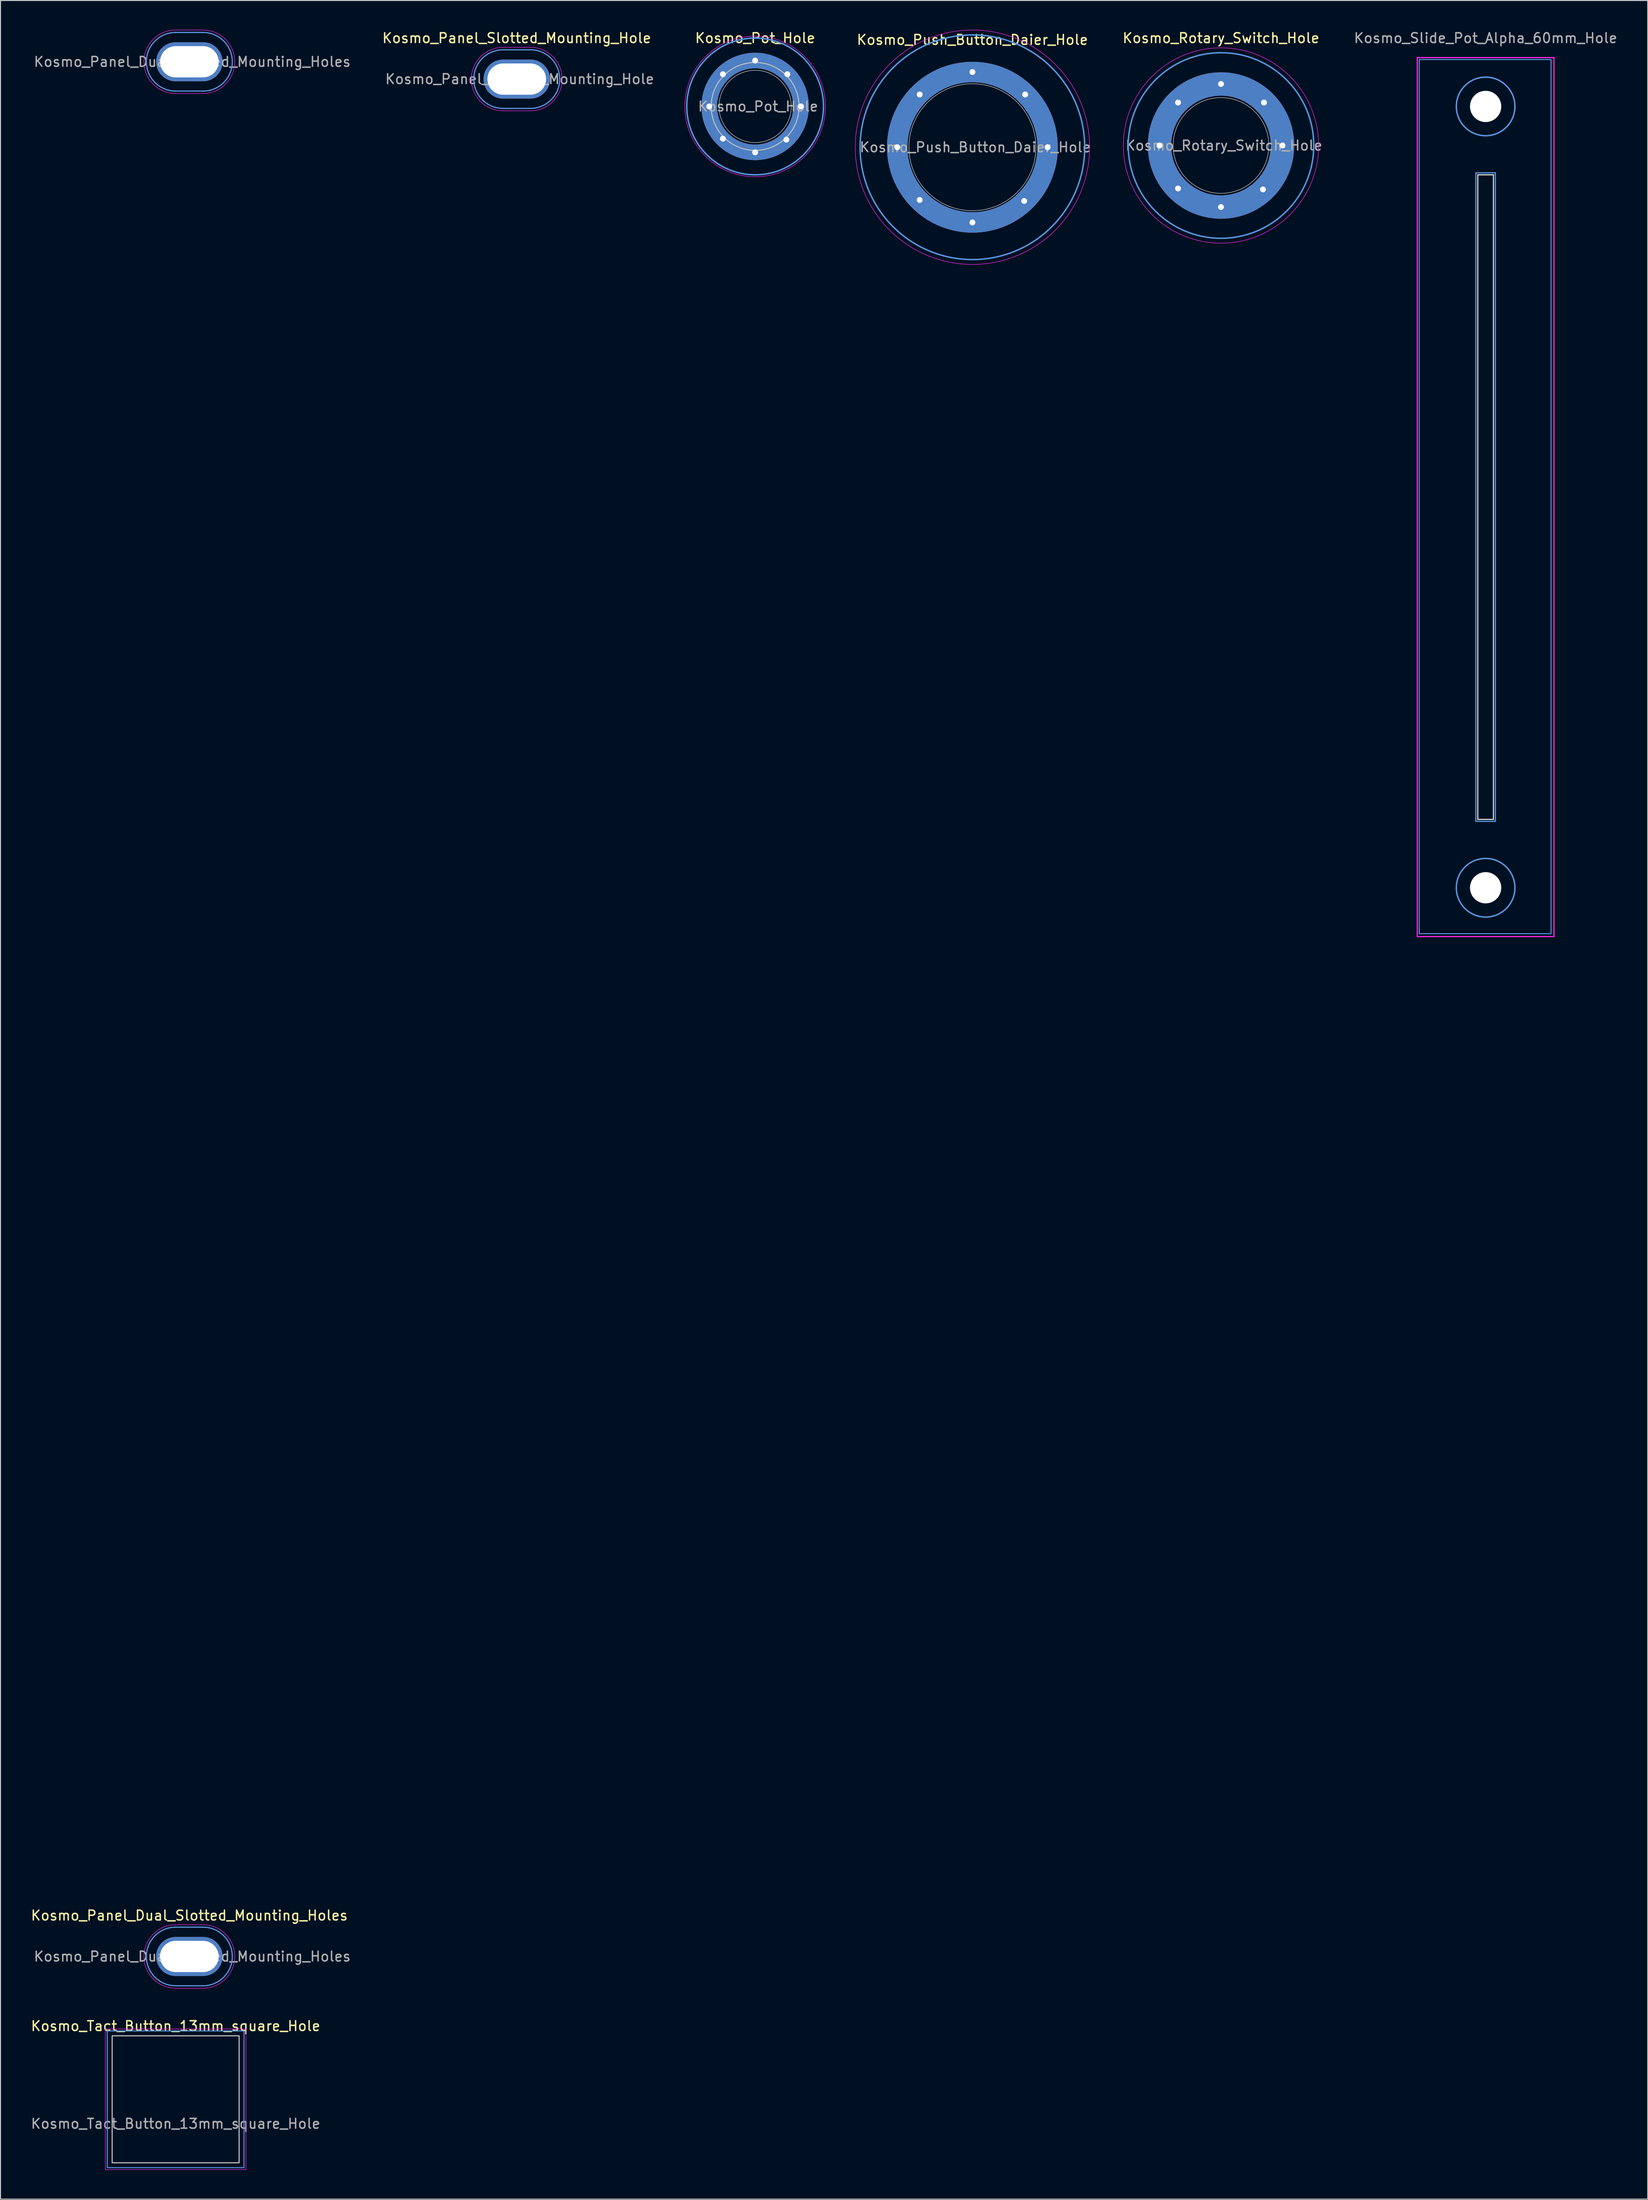
<source format=kicad_pcb>
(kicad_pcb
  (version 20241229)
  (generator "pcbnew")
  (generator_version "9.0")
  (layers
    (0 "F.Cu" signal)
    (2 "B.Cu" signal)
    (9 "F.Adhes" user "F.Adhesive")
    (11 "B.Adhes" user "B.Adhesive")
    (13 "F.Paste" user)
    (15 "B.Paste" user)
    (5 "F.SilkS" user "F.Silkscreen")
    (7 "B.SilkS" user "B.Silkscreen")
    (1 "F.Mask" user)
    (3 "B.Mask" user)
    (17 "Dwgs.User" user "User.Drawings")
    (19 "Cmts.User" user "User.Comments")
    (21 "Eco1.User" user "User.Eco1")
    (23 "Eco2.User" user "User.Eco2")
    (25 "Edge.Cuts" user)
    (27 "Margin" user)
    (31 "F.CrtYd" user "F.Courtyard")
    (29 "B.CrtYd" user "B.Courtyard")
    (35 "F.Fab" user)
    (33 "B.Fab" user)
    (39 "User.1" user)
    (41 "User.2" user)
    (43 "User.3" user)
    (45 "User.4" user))
  (footprint "Kosmo_Pot_Hole"
    (layer "F.Cu")
    (at 74.277 7.848)
    (property "Reference" "Kosmo_Pot_Hole" (at 0 -7 0) (layer "F.SilkS") (effects (font (size 1 1) (thickness 0.15))))
    (attr exclude_from_pos_files exclude_from_bom)
    (fp_circle (center 0 0) (end 0.1 4.5) (stroke (width 0.1) (type solid)) (fill no) (layer "Dwgs.User"))
    (fp_circle (center 0 0) (end 7 0) (stroke (width 0.15) (type solid)) (fill no) (layer "Cmts.User"))
    (fp_circle (center 0 0) (end 3.7 0) (stroke (width 0.05) (type solid)) (fill no) (layer "Edge.Cuts"))
    (fp_circle (center 0 0) (end 7.2 0) (stroke (width 0.05) (type solid)) (fill no) (layer "F.CrtYd"))
    (fp_text user "${REFERENCE}" (at 0.3 0 0) (layer "F.Fab") (effects (font (size 1 1) (thickness 0.15))))
    (pad "1" smd custom (at -4.7 0) (size 0.5 0.5) (layers "F.Cu" "F.Mask" "F.Paste") (options (anchor circle)) (primitives (gr_circle (center 4.7 0) (end 9.4 0) (width 1.6) (fill no))))
    (pad "1" smd custom (at -4.7 0) (size 0.5 0.5) (layers "B.Cu" "B.Mask" "B.Paste") (options (anchor circle)) (primitives (gr_circle (center 4.7 0) (end 9.4 0) (width 1.6) (fill no))))
    (pad "1" thru_hole circle (at -4.7 0) (size 0.8 0.8) (drill 0.6) (layers "*.Cu" "*.Mask"))
    (pad "1" thru_hole circle (at -3.3 -3.3) (size 0.8 0.8) (drill 0.6) (layers "*.Cu" "*.Mask"))
    (pad "1" thru_hole circle (at -3.3 3.3) (size 0.8 0.8) (drill 0.6) (layers "*.Cu" "*.Mask"))
    (pad "1" thru_hole circle (at 0 -4.7) (size 0.8 0.8) (drill 0.6) (layers "*.Cu" "*.Mask"))
    (pad "1" thru_hole circle (at 0 4.7) (size 0.8 0.8) (drill 0.6) (layers "*.Cu" "*.Mask"))
    (pad "1" thru_hole circle (at 3.2 3.4) (size 0.8 0.8) (drill 0.6) (layers "*.Cu" "*.Mask"))
    (pad "1" thru_hole circle (at 3.3 -3.3) (size 0.8 0.8) (drill 0.6) (layers "*.Cu" "*.Mask"))
    (pad "1" thru_hole circle (at 4.7 0) (size 0.8 0.8) (drill 0.6) (layers "*.Cu" "*.Mask")))
  (footprint "Kosmo_Tact_Button_13mm_square_Hole"
    (layer "F.Cu")
    (at 14.935 211.898)
    (property "Reference" "Kosmo_Tact_Button_13mm_square_Hole" (at 0 -7.5 0) (unlocked yes) (layer "F.SilkS") (effects (font (size 1 1) (thickness 0.15))))
    (attr through_hole)
    (fp_rect (start -7 -7) (end 7 7) (stroke (width 0.1) (type solid)) (fill no) (layer "Cmts.User"))
    (fp_rect (start -6.5 -6.5) (end 6.5 6.5) (stroke (width 0.1) (type solid)) (fill no) (layer "Edge.Cuts"))
    (fp_rect (start -7.2 -7.2) (end 7.2 7.2) (stroke (width 0.05) (type solid)) (fill no) (layer "F.CrtYd"))
    (fp_text user "${REFERENCE}" (at 0 2.5 0) (unlocked yes) (layer "F.Fab") (effects (font (size 1 1) (thickness 0.15)))))
  (footprint "Kosmo_Rotary_Switch_Hole"
    (layer "F.Cu")
    (at 121.982 11.848)
    (property "Reference" "Kosmo_Rotary_Switch_Hole" (at 0 -11 0) (layer "F.SilkS") (effects (font (size 1 1) (thickness 0.15))))
    (attr exclude_from_pos_files exclude_from_bom)
    (fp_circle (center 0 0) (end 9.5 0) (stroke (width 0.15) (type solid)) (fill no) (layer "Cmts.User"))
    (fp_circle (center 0 0) (end 4.9 0) (stroke (width 0.05) (type solid)) (fill no) (layer "Edge.Cuts"))
    (fp_circle (center 0 0) (end 10 0) (stroke (width 0.05) (type solid)) (fill no) (layer "F.CrtYd"))
    (fp_text user "${REFERENCE}" (at 0.3 0 0) (layer "F.Fab") (effects (font (size 1 1) (thickness 0.15))))
    (pad "1" smd custom (at -6.3 0) (size 0.5 0.5) (layers "F.Cu" "F.Mask" "F.Paste") (options (anchor circle)) (primitives (gr_circle (center 6.3 0) (end 12.6 0) (width 2.4) (fill no))))
    (pad "1" smd custom (at -6.3 0) (size 0.5 0.5) (layers "B.Cu" "B.Mask" "B.Paste") (options (anchor circle)) (primitives (gr_circle (center 6.3 0) (end 12.6 0) (width 2.4) (fill no))))
    (pad "1" thru_hole circle (at -6.3 0) (size 0.8 0.8) (drill 0.6) (layers "*.Cu" "*.Mask"))
    (pad "1" thru_hole circle (at -4.4 -4.4) (size 0.8 0.8) (drill 0.6) (layers "*.Cu" "*.Mask"))
    (pad "1" thru_hole circle (at -4.4 4.4) (size 0.8 0.8) (drill 0.6) (layers "*.Cu" "*.Mask"))
    (pad "1" thru_hole circle (at 0 -6.3) (size 0.8 0.8) (drill 0.6) (layers "*.Cu" "*.Mask"))
    (pad "1" thru_hole circle (at 0 6.3) (size 0.8 0.8) (drill 0.6) (layers "*.Cu" "*.Mask"))
    (pad "1" thru_hole circle (at 4.3 4.5) (size 0.8 0.8) (drill 0.6) (layers "*.Cu" "*.Mask"))
    (pad "1" thru_hole circle (at 4.4 -4.4) (size 0.8 0.8) (drill 0.6) (layers "*.Cu" "*.Mask"))
    (pad "1" thru_hole circle (at 6.3 0) (size 0.8 0.8) (drill 0.6) (layers "*.Cu" "*.Mask")))
  (footprint "Kosmo_Panel_Dual_Slotted_Mounting_Holes"
    (layer "F.Cu")
    (at 14.939 197.275)
    (property "Reference" "Kosmo_Panel_Dual_Slotted_Mounting_Holes" (at 1.4 -4.2 0) (layer "F.SilkS") (effects (font (size 1 1) (thickness 0.15))))
    (attr exclude_from_pos_files exclude_from_bom)
    (fp_line (start 0 -197) (end 2.8 -197) (stroke (width 0.12) (type solid)) (layer "Cmts.User"))
    (fp_line (start 0 -191) (end 2.8 -191) (stroke (width 0.12) (type solid)) (layer "Cmts.User"))
    (fp_line (start 0 -3) (end 2.8 -3) (stroke (width 0.12) (type solid)) (layer "Cmts.User"))
    (fp_line (start 0 3) (end 2.8 3) (stroke (width 0.12) (type solid)) (layer "Cmts.User"))
    (fp_arc (start 0 -191) (mid -3 -194) (end 0 -197) (stroke (width 0.12) (type solid)) (layer "Cmts.User"))
    (fp_arc (start 0 3) (mid -3 0) (end 0 -3) (stroke (width 0.12) (type solid)) (layer "Cmts.User"))
    (fp_arc (start 2.8 -197) (mid 5.8 -194) (end 2.8 -191) (stroke (width 0.12) (type solid)) (layer "Cmts.User"))
    (fp_arc (start 2.8 -3) (mid 5.8 0) (end 2.8 3) (stroke (width 0.12) (type solid)) (layer "Cmts.User"))
    (fp_line (start 0 -197.25) (end 2.8 -197.25) (stroke (width 0.05) (type solid)) (layer "F.CrtYd"))
    (fp_line (start 0 -190.75) (end 2.8 -190.75) (stroke (width 0.05) (type solid)) (layer "F.CrtYd"))
    (fp_line (start 0 -3.25) (end 2.8 -3.25) (stroke (width 0.05) (type solid)) (layer "F.CrtYd"))
    (fp_line (start 0 3.25) (end 2.8 3.25) (stroke (width 0.05) (type solid)) (layer "F.CrtYd"))
    (fp_arc (start 0 -190.75) (mid -3.25 -194) (end 0 -197.25) (stroke (width 0.05) (type solid)) (layer "F.CrtYd"))
    (fp_arc (start 0 3.25) (mid -3.25 0) (end 0 -3.25) (stroke (width 0.05) (type solid)) (layer "F.CrtYd"))
    (fp_arc (start 2.8 -197.25) (mid 6.05 -194) (end 2.8 -190.75) (stroke (width 0.05) (type solid)) (layer "F.CrtYd"))
    (fp_arc (start 2.8 -3.25) (mid 6.05 0) (end 2.8 3.25) (stroke (width 0.05) (type solid)) (layer "F.CrtYd"))
    (fp_text user "${REFERENCE}" (at 1.7 -194 0) (layer "F.Fab") (effects (font (size 1 1) (thickness 0.15))))
    (fp_text user "${REFERENCE}" (at 1.7 0 0) (layer "F.Fab") (effects (font (size 1 1) (thickness 0.15))))
    (pad "1" thru_hole oval (at 1.4 -194) (size 6.8 4) (drill oval 6 3.2) (layers "*.Cu" "*.Mask"))
    (pad "1" thru_hole oval (at 1.4 0) (size 6.8 4) (drill oval 6 3.2) (layers "*.Cu" "*.Mask")))
  (footprint "Kosmo_Slide_Pot_Alpha_60mm_Hole"
    (layer "F.Cu")
    (at 149.08 47.848)
    (property "Reference" "Kosmo_Slide_Pot_Alpha_60mm_Hole" (at 0 -47 0) (layer "F.Fab") (effects (font (size 1 1) (thickness 0.15))))
    (attr through_hole)
    (fp_line (start -1 -33.2) (end 1 -33.2) (stroke (width 0.12) (type solid)) (layer "Cmts.User"))
    (fp_line (start -1 33.2) (end -1 -33.2) (stroke (width 0.12) (type solid)) (layer "Cmts.User"))
    (fp_line (start 1 -33.2) (end 1 33.2) (stroke (width 0.12) (type solid)) (layer "Cmts.User"))
    (fp_line (start 1 33.2) (end -1 33.2) (stroke (width 0.12) (type solid)) (layer "Cmts.User"))
    (fp_rect (start -6.8 -44.8) (end 6.7 44.7) (stroke (width 0.1) (type solid)) (fill no) (layer "Cmts.User"))
    (fp_circle (center 0 -40) (end 3 -40) (stroke (width 0.15) (type solid)) (fill no) (layer "Cmts.User"))
    (fp_circle (center 0 40) (end 3 40) (stroke (width 0.15) (type solid)) (fill no) (layer "Cmts.User"))
    (fp_line (start -0.8 -33) (end 0.8 -33) (stroke (width 0.12) (type solid)) (layer "Edge.Cuts"))
    (fp_line (start -0.8 33) (end -0.8 -33) (stroke (width 0.12) (type solid)) (layer "Edge.Cuts"))
    (fp_line (start 0.8 -33) (end 0.8 33) (stroke (width 0.12) (type solid)) (layer "Edge.Cuts"))
    (fp_line (start 0.8 33) (end -0.8 33) (stroke (width 0.12) (type solid)) (layer "Edge.Cuts"))
    (fp_line (start -7 -45) (end 7 -45) (stroke (width 0.12) (type solid)) (layer "F.CrtYd"))
    (fp_line (start -7 45) (end -7 -45) (stroke (width 0.12) (type solid)) (layer "F.CrtYd"))
    (fp_line (start 7 -45) (end 7 45) (stroke (width 0.12) (type solid)) (layer "F.CrtYd"))
    (fp_line (start 7 45) (end -7 45) (stroke (width 0.12) (type solid)) (layer "F.CrtYd"))
    (pad "" np_thru_hole circle (at 0 -40) (size 3.2 3.2) (drill 3.2) (layers "*.Cu" "*.Mask"))
    (pad "" np_thru_hole circle (at 0 40) (size 3.2 3.2) (drill 3.2) (layers "*.Cu" "*.Mask")))
  (footprint "Kosmo_Panel_Slotted_Mounting_Hole"
    (layer "F.Cu")
    (at 48.465 5.048)
    (property "Reference" "Kosmo_Panel_Slotted_Mounting_Hole" (at 1.4 -4.2 0) (layer "F.SilkS") (effects (font (size 1 1) (thickness 0.15))))
    (attr exclude_from_pos_files exclude_from_bom)
    (fp_line (start 0 -3) (end 2.8 -3) (stroke (width 0.12) (type solid)) (layer "Cmts.User"))
    (fp_line (start 0 3) (end 2.8 3) (stroke (width 0.12) (type solid)) (layer "Cmts.User"))
    (fp_arc (start 0 3) (mid -3 0) (end 0 -3) (stroke (width 0.12) (type solid)) (layer "Cmts.User"))
    (fp_arc (start 2.8 -3) (mid 5.8 0) (end 2.8 3) (stroke (width 0.12) (type solid)) (layer "Cmts.User"))
    (fp_line (start 0 -3.25) (end 2.8 -3.25) (stroke (width 0.05) (type solid)) (layer "F.CrtYd"))
    (fp_line (start 0 3.25) (end 2.8 3.25) (stroke (width 0.05) (type solid)) (layer "F.CrtYd"))
    (fp_arc (start 0 3.25) (mid -3.25 0) (end 0 -3.25) (stroke (width 0.05) (type solid)) (layer "F.CrtYd"))
    (fp_arc (start 2.8 -3.25) (mid 6.05 0) (end 2.8 3.25) (stroke (width 0.05) (type solid)) (layer "F.CrtYd"))
    (fp_text user "${REFERENCE}" (at 1.7 0 0) (layer "F.Fab") (effects (font (size 1 1) (thickness 0.15))))
    (pad "1" thru_hole oval (at 1.4 0) (size 6.8 4) (drill oval 6 3.2) (layers "*.Cu" "*.Mask")))
  (footprint "Kosmo_Push_Button_Daier_Hole"
    (layer "F.Cu")
    (at 96.527 12.025)
    (property "Reference" "Kosmo_Push_Button_Daier_Hole" (at 0 -11 0) (layer "F.SilkS") (effects (font (size 1 1) (thickness 0.15))))
    (attr exclude_from_pos_files exclude_from_bom)
    (fp_circle (center 0 0) (end 11.5 0) (stroke (width 0.15) (type solid)) (fill no) (layer "Cmts.User"))
    (fp_circle (center 0 0) (end 6.5 0) (stroke (width 0.05) (type solid)) (fill no) (layer "Edge.Cuts"))
    (fp_circle (center 0 0) (end 12 0) (stroke (width 0.05) (type solid)) (fill no) (layer "F.CrtYd"))
    (fp_text user "${REFERENCE}" (at 0.3 0 0) (layer "F.Fab") (effects (font (size 1 1) (thickness 0.15))))
    (pad "1" smd custom (at -7.7 0) (size 0.5 0.5) (layers "F.Cu" "F.Mask" "F.Paste") (options (anchor circle)) (primitives (gr_circle (center 7.7 0) (end 15.4 0) (width 2.1) (fill no))))
    (pad "1" smd custom (at -7.7 0) (size 0.5 0.5) (layers "B.Cu" "B.Mask" "B.Paste") (options (anchor circle)) (primitives (gr_circle (center 7.7 0) (end 15.4 0) (width 2.1) (fill no))))
    (pad "1" thru_hole circle (at -7.7 0) (size 0.8 0.8) (drill 0.6) (layers "*.Cu" "*.Mask"))
    (pad "1" thru_hole circle (at -5.4 -5.4) (size 0.8 0.8) (drill 0.6) (layers "*.Cu" "*.Mask"))
    (pad "1" thru_hole circle (at -5.4 5.4) (size 0.8 0.8) (drill 0.6) (layers "*.Cu" "*.Mask"))
    (pad "1" thru_hole circle (at 0 -7.7) (size 0.8 0.8) (drill 0.6) (layers "*.Cu" "*.Mask"))
    (pad "1" thru_hole circle (at 0 7.7) (size 0.8 0.8) (drill 0.6) (layers "*.Cu" "*.Mask"))
    (pad "1" thru_hole circle (at 5.3 5.5) (size 0.8 0.8) (drill 0.6) (layers "*.Cu" "*.Mask"))
    (pad "1" thru_hole circle (at 5.4 -5.4) (size 0.8 0.8) (drill 0.6) (layers "*.Cu" "*.Mask"))
    (pad "1" thru_hole circle (at 7.7 0) (size 0.8 0.8) (drill 0.6) (layers "*.Cu" "*.Mask")))
  (gr_rect
    (start -3 -3)
    (end 165.681 222.123)
    (stroke (width 0.1) (type default))
    (fill no)
    (layer "Edge.Cuts")))
</source>
